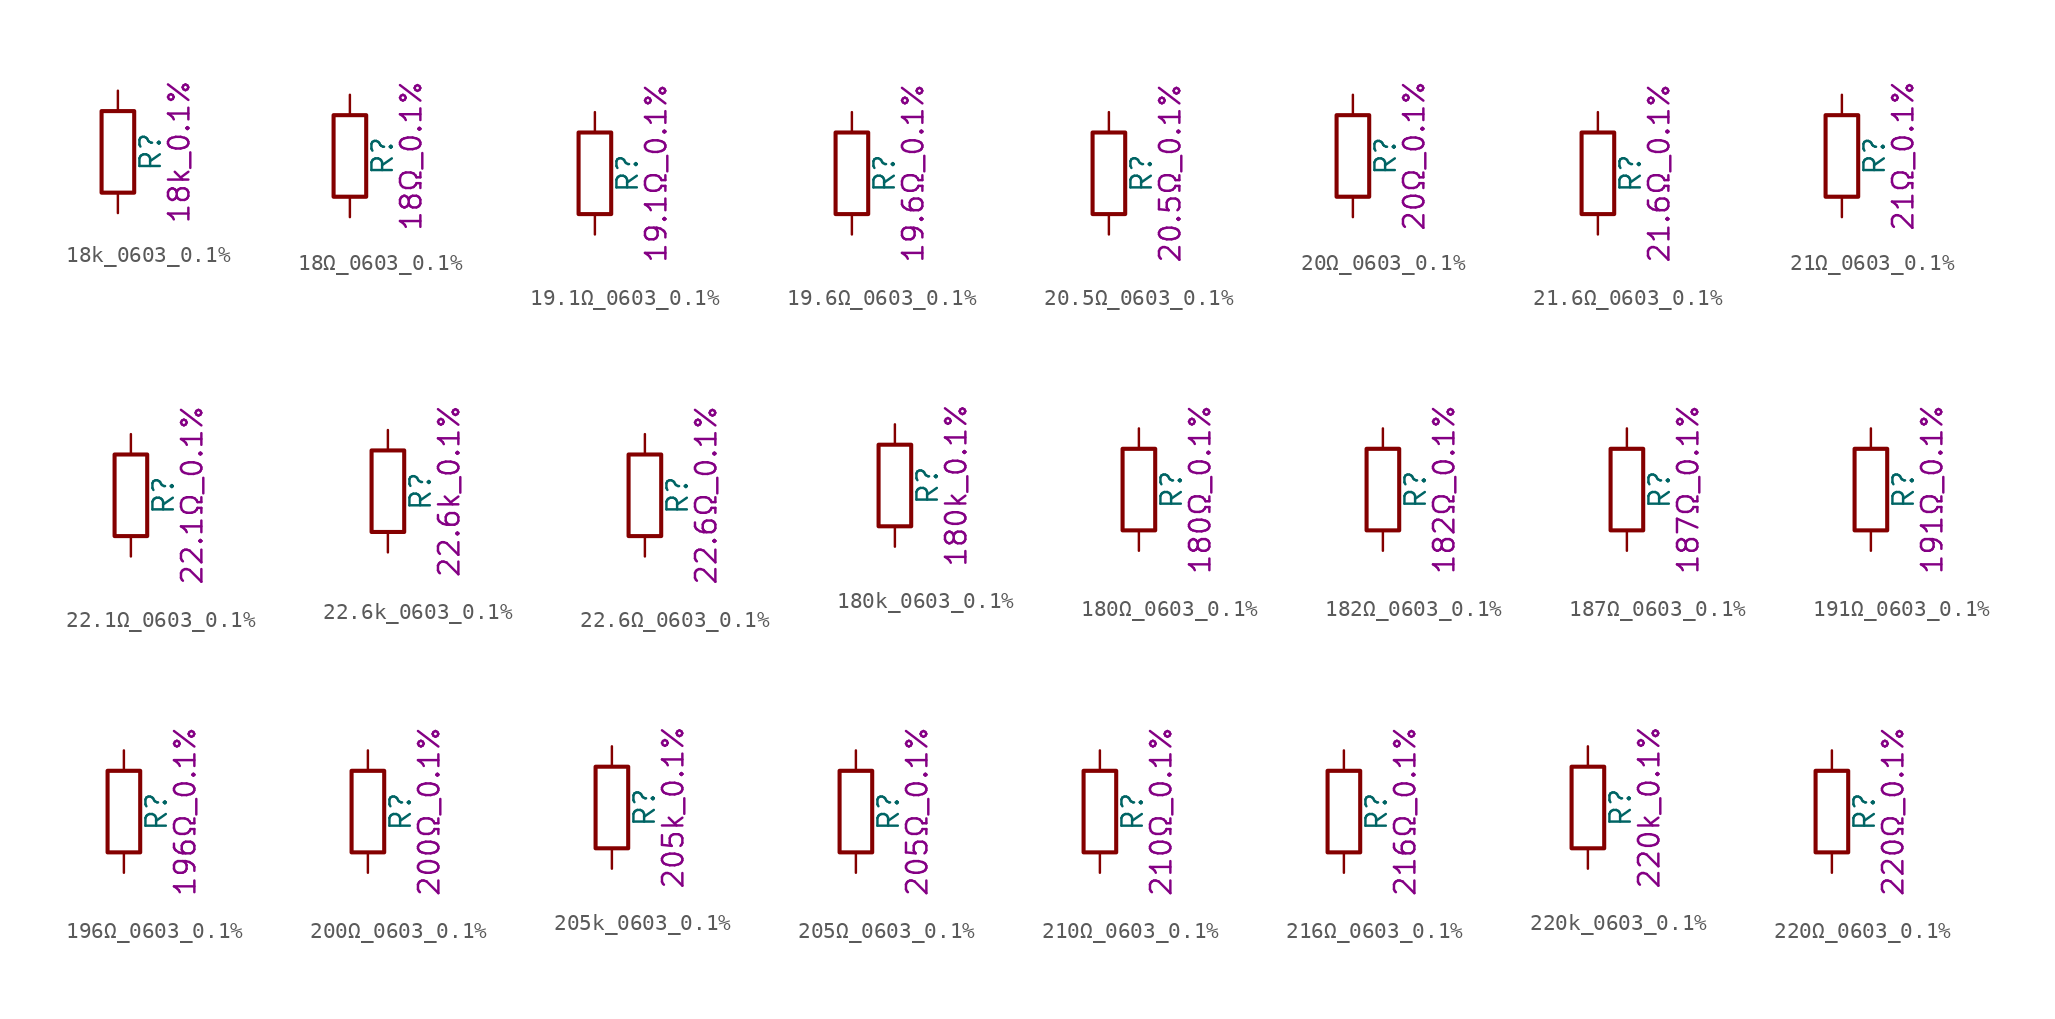
<source format=kicad_sym>
(kicad_symbol_lib
  (version 20211014)
  (generator kicad_symbol_editor)
  (symbol "18k_0603_0.1%"
    (pin_numbers hide)
    (pin_names
      (offset 0))
    (property "Reference" "R"
      (at 2.032 0 90)
      (effects (font (size 1.27 1.27))))
    (property "Display" "18k_0.1%"
      (at 3.81 0 90)
      (effects (font (size 1.27 1.27))))
    (symbol "18k_0603_0.1%_0_1"
      (rectangle (start -1.016 -2.54) (end 1.016 2.54) (stroke (width 0.254) (type default) (color 0 0 0 0)) (fill (type none))))
    (symbol "18k_0603_0.1%_1_1"
      (pin passive line (at 0 3.81 270) (length 1.27) (name "~" (effects (font (size 1.27 1.27)))) (number "1" (effects (font (size 1.27 1.27)))))
      (pin passive line (at 0 -3.81 90) (length 1.27) (name "~" (effects (font (size 1.27 1.27)))) (number "2" (effects (font (size 1.27 1.27)))))))
  (symbol "18Ω_0603_0.1%"
    (pin_numbers hide)
    (pin_names
      (offset 0))
    (property "Reference" "R"
      (at 2.032 0 90)
      (effects (font (size 1.27 1.27))))
    (property "Display" "18Ω_0.1%"
      (at 3.81 0 90)
      (effects (font (size 1.27 1.27))))
    (symbol "18Ω_0603_0.1%_0_1"
      (rectangle (start -1.016 -2.54) (end 1.016 2.54) (stroke (width 0.254) (type default) (color 0 0 0 0)) (fill (type none))))
    (symbol "18Ω_0603_0.1%_1_1"
      (pin passive line (at 0 3.81 270) (length 1.27) (name "~" (effects (font (size 1.27 1.27)))) (number "1" (effects (font (size 1.27 1.27)))))
      (pin passive line (at 0 -3.81 90) (length 1.27) (name "~" (effects (font (size 1.27 1.27)))) (number "2" (effects (font (size 1.27 1.27)))))))
  (symbol "19.1Ω_0603_0.1%"
    (pin_numbers hide)
    (pin_names
      (offset 0))
    (property "Reference" "R"
      (at 2.032 0 90)
      (effects (font (size 1.27 1.27))))
    (property "Display" "19.1Ω_0.1%"
      (at 3.81 0 90)
      (effects (font (size 1.27 1.27))))
    (symbol "19.1Ω_0603_0.1%_0_1"
      (rectangle (start -1.016 -2.54) (end 1.016 2.54) (stroke (width 0.254) (type default) (color 0 0 0 0)) (fill (type none))))
    (symbol "19.1Ω_0603_0.1%_1_1"
      (pin passive line (at 0 3.81 270) (length 1.27) (name "~" (effects (font (size 1.27 1.27)))) (number "1" (effects (font (size 1.27 1.27)))))
      (pin passive line (at 0 -3.81 90) (length 1.27) (name "~" (effects (font (size 1.27 1.27)))) (number "2" (effects (font (size 1.27 1.27)))))))
  (symbol "19.6Ω_0603_0.1%"
    (pin_numbers hide)
    (pin_names
      (offset 0))
    (property "Reference" "R"
      (at 2.032 0 90)
      (effects (font (size 1.27 1.27))))
    (property "Display" "19.6Ω_0.1%"
      (at 3.81 0 90)
      (effects (font (size 1.27 1.27))))
    (symbol "19.6Ω_0603_0.1%_0_1"
      (rectangle (start -1.016 -2.54) (end 1.016 2.54) (stroke (width 0.254) (type default) (color 0 0 0 0)) (fill (type none))))
    (symbol "19.6Ω_0603_0.1%_1_1"
      (pin passive line (at 0 3.81 270) (length 1.27) (name "~" (effects (font (size 1.27 1.27)))) (number "1" (effects (font (size 1.27 1.27)))))
      (pin passive line (at 0 -3.81 90) (length 1.27) (name "~" (effects (font (size 1.27 1.27)))) (number "2" (effects (font (size 1.27 1.27)))))))
  (symbol "20.5Ω_0603_0.1%"
    (pin_numbers hide)
    (pin_names
      (offset 0))
    (property "Reference" "R"
      (at 2.032 0 90)
      (effects (font (size 1.27 1.27))))
    (property "Display" "20.5Ω_0.1%"
      (at 3.81 0 90)
      (effects (font (size 1.27 1.27))))
    (symbol "20.5Ω_0603_0.1%_0_1"
      (rectangle (start -1.016 -2.54) (end 1.016 2.54) (stroke (width 0.254) (type default) (color 0 0 0 0)) (fill (type none))))
    (symbol "20.5Ω_0603_0.1%_1_1"
      (pin passive line (at 0 3.81 270) (length 1.27) (name "~" (effects (font (size 1.27 1.27)))) (number "1" (effects (font (size 1.27 1.27)))))
      (pin passive line (at 0 -3.81 90) (length 1.27) (name "~" (effects (font (size 1.27 1.27)))) (number "2" (effects (font (size 1.27 1.27)))))))
  (symbol "20Ω_0603_0.1%"
    (pin_numbers hide)
    (pin_names
      (offset 0))
    (property "Reference" "R"
      (at 2.032 0 90)
      (effects (font (size 1.27 1.27))))
    (property "Display" "20Ω_0.1%"
      (at 3.81 0 90)
      (effects (font (size 1.27 1.27))))
    (symbol "20Ω_0603_0.1%_0_1"
      (rectangle (start -1.016 -2.54) (end 1.016 2.54) (stroke (width 0.254) (type default) (color 0 0 0 0)) (fill (type none))))
    (symbol "20Ω_0603_0.1%_1_1"
      (pin passive line (at 0 3.81 270) (length 1.27) (name "~" (effects (font (size 1.27 1.27)))) (number "1" (effects (font (size 1.27 1.27)))))
      (pin passive line (at 0 -3.81 90) (length 1.27) (name "~" (effects (font (size 1.27 1.27)))) (number "2" (effects (font (size 1.27 1.27)))))))
  (symbol "21.6Ω_0603_0.1%"
    (pin_numbers hide)
    (pin_names
      (offset 0))
    (property "Reference" "R"
      (at 2.032 0 90)
      (effects (font (size 1.27 1.27))))
    (property "Display" "21.6Ω_0.1%"
      (at 3.81 0 90)
      (effects (font (size 1.27 1.27))))
    (symbol "21.6Ω_0603_0.1%_0_1"
      (rectangle (start -1.016 -2.54) (end 1.016 2.54) (stroke (width 0.254) (type default) (color 0 0 0 0)) (fill (type none))))
    (symbol "21.6Ω_0603_0.1%_1_1"
      (pin passive line (at 0 3.81 270) (length 1.27) (name "~" (effects (font (size 1.27 1.27)))) (number "1" (effects (font (size 1.27 1.27)))))
      (pin passive line (at 0 -3.81 90) (length 1.27) (name "~" (effects (font (size 1.27 1.27)))) (number "2" (effects (font (size 1.27 1.27)))))))
  (symbol "21Ω_0603_0.1%"
    (pin_numbers hide)
    (pin_names
      (offset 0))
    (property "Reference" "R"
      (at 2.032 0 90)
      (effects (font (size 1.27 1.27))))
    (property "Display" "21Ω_0.1%"
      (at 3.81 0 90)
      (effects (font (size 1.27 1.27))))
    (symbol "21Ω_0603_0.1%_0_1"
      (rectangle (start -1.016 -2.54) (end 1.016 2.54) (stroke (width 0.254) (type default) (color 0 0 0 0)) (fill (type none))))
    (symbol "21Ω_0603_0.1%_1_1"
      (pin passive line (at 0 3.81 270) (length 1.27) (name "~" (effects (font (size 1.27 1.27)))) (number "1" (effects (font (size 1.27 1.27)))))
      (pin passive line (at 0 -3.81 90) (length 1.27) (name "~" (effects (font (size 1.27 1.27)))) (number "2" (effects (font (size 1.27 1.27)))))))
  (symbol "22.1Ω_0603_0.1%"
    (pin_numbers hide)
    (pin_names
      (offset 0))
    (property "Reference" "R"
      (at 2.032 0 90)
      (effects (font (size 1.27 1.27))))
    (property "Display" "22.1Ω_0.1%"
      (at 3.81 0 90)
      (effects (font (size 1.27 1.27))))
    (symbol "22.1Ω_0603_0.1%_0_1"
      (rectangle (start -1.016 -2.54) (end 1.016 2.54) (stroke (width 0.254) (type default) (color 0 0 0 0)) (fill (type none))))
    (symbol "22.1Ω_0603_0.1%_1_1"
      (pin passive line (at 0 3.81 270) (length 1.27) (name "~" (effects (font (size 1.27 1.27)))) (number "1" (effects (font (size 1.27 1.27)))))
      (pin passive line (at 0 -3.81 90) (length 1.27) (name "~" (effects (font (size 1.27 1.27)))) (number "2" (effects (font (size 1.27 1.27)))))))
  (symbol "22.6k_0603_0.1%"
    (pin_numbers hide)
    (pin_names
      (offset 0))
    (property "Reference" "R"
      (at 2.032 0 90)
      (effects (font (size 1.27 1.27))))
    (property "Display" "22.6k_0.1%"
      (at 3.81 0 90)
      (effects (font (size 1.27 1.27))))
    (symbol "22.6k_0603_0.1%_0_1"
      (rectangle (start -1.016 -2.54) (end 1.016 2.54) (stroke (width 0.254) (type default) (color 0 0 0 0)) (fill (type none))))
    (symbol "22.6k_0603_0.1%_1_1"
      (pin passive line (at 0 3.81 270) (length 1.27) (name "~" (effects (font (size 1.27 1.27)))) (number "1" (effects (font (size 1.27 1.27)))))
      (pin passive line (at 0 -3.81 90) (length 1.27) (name "~" (effects (font (size 1.27 1.27)))) (number "2" (effects (font (size 1.27 1.27)))))))
  (symbol "22.6Ω_0603_0.1%"
    (pin_numbers hide)
    (pin_names
      (offset 0))
    (property "Reference" "R"
      (at 2.032 0 90)
      (effects (font (size 1.27 1.27))))
    (property "Display" "22.6Ω_0.1%"
      (at 3.81 0 90)
      (effects (font (size 1.27 1.27))))
    (symbol "22.6Ω_0603_0.1%_0_1"
      (rectangle (start -1.016 -2.54) (end 1.016 2.54) (stroke (width 0.254) (type default) (color 0 0 0 0)) (fill (type none))))
    (symbol "22.6Ω_0603_0.1%_1_1"
      (pin passive line (at 0 3.81 270) (length 1.27) (name "~" (effects (font (size 1.27 1.27)))) (number "1" (effects (font (size 1.27 1.27)))))
      (pin passive line (at 0 -3.81 90) (length 1.27) (name "~" (effects (font (size 1.27 1.27)))) (number "2" (effects (font (size 1.27 1.27)))))))
  (symbol "180k_0603_0.1%"
    (pin_numbers hide)
    (pin_names
      (offset 0))
    (property "Reference" "R"
      (at 2.032 0 90)
      (effects (font (size 1.27 1.27))))
    (property "Display" "180k_0.1%"
      (at 3.81 0 90)
      (effects (font (size 1.27 1.27))))
    (symbol "180k_0603_0.1%_0_1"
      (rectangle (start -1.016 -2.54) (end 1.016 2.54) (stroke (width 0.254) (type default) (color 0 0 0 0)) (fill (type none))))
    (symbol "180k_0603_0.1%_1_1"
      (pin passive line (at 0 3.81 270) (length 1.27) (name "~" (effects (font (size 1.27 1.27)))) (number "1" (effects (font (size 1.27 1.27)))))
      (pin passive line (at 0 -3.81 90) (length 1.27) (name "~" (effects (font (size 1.27 1.27)))) (number "2" (effects (font (size 1.27 1.27)))))))
  (symbol "180Ω_0603_0.1%"
    (pin_numbers hide)
    (pin_names
      (offset 0))
    (property "Reference" "R"
      (at 2.032 0 90)
      (effects (font (size 1.27 1.27))))
    (property "Display" "180Ω_0.1%"
      (at 3.81 0 90)
      (effects (font (size 1.27 1.27))))
    (symbol "180Ω_0603_0.1%_0_1"
      (rectangle (start -1.016 -2.54) (end 1.016 2.54) (stroke (width 0.254) (type default) (color 0 0 0 0)) (fill (type none))))
    (symbol "180Ω_0603_0.1%_1_1"
      (pin passive line (at 0 3.81 270) (length 1.27) (name "~" (effects (font (size 1.27 1.27)))) (number "1" (effects (font (size 1.27 1.27)))))
      (pin passive line (at 0 -3.81 90) (length 1.27) (name "~" (effects (font (size 1.27 1.27)))) (number "2" (effects (font (size 1.27 1.27)))))))
  (symbol "182Ω_0603_0.1%"
    (pin_numbers hide)
    (pin_names
      (offset 0))
    (property "Reference" "R"
      (at 2.032 0 90)
      (effects (font (size 1.27 1.27))))
    (property "Display" "182Ω_0.1%"
      (at 3.81 0 90)
      (effects (font (size 1.27 1.27))))
    (symbol "182Ω_0603_0.1%_0_1"
      (rectangle (start -1.016 -2.54) (end 1.016 2.54) (stroke (width 0.254) (type default) (color 0 0 0 0)) (fill (type none))))
    (symbol "182Ω_0603_0.1%_1_1"
      (pin passive line (at 0 3.81 270) (length 1.27) (name "~" (effects (font (size 1.27 1.27)))) (number "1" (effects (font (size 1.27 1.27)))))
      (pin passive line (at 0 -3.81 90) (length 1.27) (name "~" (effects (font (size 1.27 1.27)))) (number "2" (effects (font (size 1.27 1.27)))))))
  (symbol "187Ω_0603_0.1%"
    (pin_numbers hide)
    (pin_names
      (offset 0))
    (property "Reference" "R"
      (at 2.032 0 90)
      (effects (font (size 1.27 1.27))))
    (property "Display" "187Ω_0.1%"
      (at 3.81 0 90)
      (effects (font (size 1.27 1.27))))
    (symbol "187Ω_0603_0.1%_0_1"
      (rectangle (start -1.016 -2.54) (end 1.016 2.54) (stroke (width 0.254) (type default) (color 0 0 0 0)) (fill (type none))))
    (symbol "187Ω_0603_0.1%_1_1"
      (pin passive line (at 0 3.81 270) (length 1.27) (name "~" (effects (font (size 1.27 1.27)))) (number "1" (effects (font (size 1.27 1.27)))))
      (pin passive line (at 0 -3.81 90) (length 1.27) (name "~" (effects (font (size 1.27 1.27)))) (number "2" (effects (font (size 1.27 1.27)))))))
  (symbol "191Ω_0603_0.1%"
    (pin_numbers hide)
    (pin_names
      (offset 0))
    (property "Reference" "R"
      (at 2.032 0 90)
      (effects (font (size 1.27 1.27))))
    (property "Display" "191Ω_0.1%"
      (at 3.81 0 90)
      (effects (font (size 1.27 1.27))))
    (symbol "191Ω_0603_0.1%_0_1"
      (rectangle (start -1.016 -2.54) (end 1.016 2.54) (stroke (width 0.254) (type default) (color 0 0 0 0)) (fill (type none))))
    (symbol "191Ω_0603_0.1%_1_1"
      (pin passive line (at 0 3.81 270) (length 1.27) (name "~" (effects (font (size 1.27 1.27)))) (number "1" (effects (font (size 1.27 1.27)))))
      (pin passive line (at 0 -3.81 90) (length 1.27) (name "~" (effects (font (size 1.27 1.27)))) (number "2" (effects (font (size 1.27 1.27)))))))
  (symbol "196Ω_0603_0.1%"
    (pin_numbers hide)
    (pin_names
      (offset 0))
    (property "Reference" "R"
      (at 2.032 0 90)
      (effects (font (size 1.27 1.27))))
    (property "Display" "196Ω_0.1%"
      (at 3.81 0 90)
      (effects (font (size 1.27 1.27))))
    (symbol "196Ω_0603_0.1%_0_1"
      (rectangle (start -1.016 -2.54) (end 1.016 2.54) (stroke (width 0.254) (type default) (color 0 0 0 0)) (fill (type none))))
    (symbol "196Ω_0603_0.1%_1_1"
      (pin passive line (at 0 3.81 270) (length 1.27) (name "~" (effects (font (size 1.27 1.27)))) (number "1" (effects (font (size 1.27 1.27)))))
      (pin passive line (at 0 -3.81 90) (length 1.27) (name "~" (effects (font (size 1.27 1.27)))) (number "2" (effects (font (size 1.27 1.27)))))))
  (symbol "200Ω_0603_0.1%"
    (pin_numbers hide)
    (pin_names
      (offset 0))
    (property "Reference" "R"
      (at 2.032 0 90)
      (effects (font (size 1.27 1.27))))
    (property "Display" "200Ω_0.1%"
      (at 3.81 0 90)
      (effects (font (size 1.27 1.27))))
    (symbol "200Ω_0603_0.1%_0_1"
      (rectangle (start -1.016 -2.54) (end 1.016 2.54) (stroke (width 0.254) (type default) (color 0 0 0 0)) (fill (type none))))
    (symbol "200Ω_0603_0.1%_1_1"
      (pin passive line (at 0 3.81 270) (length 1.27) (name "~" (effects (font (size 1.27 1.27)))) (number "1" (effects (font (size 1.27 1.27)))))
      (pin passive line (at 0 -3.81 90) (length 1.27) (name "~" (effects (font (size 1.27 1.27)))) (number "2" (effects (font (size 1.27 1.27)))))))
  (symbol "205k_0603_0.1%"
    (pin_numbers hide)
    (pin_names
      (offset 0))
    (property "Reference" "R"
      (at 2.032 0 90)
      (effects (font (size 1.27 1.27))))
    (property "Display" "205k_0.1%"
      (at 3.81 0 90)
      (effects (font (size 1.27 1.27))))
    (symbol "205k_0603_0.1%_0_1"
      (rectangle (start -1.016 -2.54) (end 1.016 2.54) (stroke (width 0.254) (type default) (color 0 0 0 0)) (fill (type none))))
    (symbol "205k_0603_0.1%_1_1"
      (pin passive line (at 0 3.81 270) (length 1.27) (name "~" (effects (font (size 1.27 1.27)))) (number "1" (effects (font (size 1.27 1.27)))))
      (pin passive line (at 0 -3.81 90) (length 1.27) (name "~" (effects (font (size 1.27 1.27)))) (number "2" (effects (font (size 1.27 1.27)))))))
  (symbol "205Ω_0603_0.1%"
    (pin_numbers hide)
    (pin_names
      (offset 0))
    (property "Reference" "R"
      (at 2.032 0 90)
      (effects (font (size 1.27 1.27))))
    (property "Display" "205Ω_0.1%"
      (at 3.81 0 90)
      (effects (font (size 1.27 1.27))))
    (symbol "205Ω_0603_0.1%_0_1"
      (rectangle (start -1.016 -2.54) (end 1.016 2.54) (stroke (width 0.254) (type default) (color 0 0 0 0)) (fill (type none))))
    (symbol "205Ω_0603_0.1%_1_1"
      (pin passive line (at 0 3.81 270) (length 1.27) (name "~" (effects (font (size 1.27 1.27)))) (number "1" (effects (font (size 1.27 1.27)))))
      (pin passive line (at 0 -3.81 90) (length 1.27) (name "~" (effects (font (size 1.27 1.27)))) (number "2" (effects (font (size 1.27 1.27)))))))
  (symbol "210Ω_0603_0.1%"
    (pin_numbers hide)
    (pin_names
      (offset 0))
    (property "Reference" "R"
      (at 2.032 0 90)
      (effects (font (size 1.27 1.27))))
    (property "Display" "210Ω_0.1%"
      (at 3.81 0 90)
      (effects (font (size 1.27 1.27))))
    (symbol "210Ω_0603_0.1%_0_1"
      (rectangle (start -1.016 -2.54) (end 1.016 2.54) (stroke (width 0.254) (type default) (color 0 0 0 0)) (fill (type none))))
    (symbol "210Ω_0603_0.1%_1_1"
      (pin passive line (at 0 3.81 270) (length 1.27) (name "~" (effects (font (size 1.27 1.27)))) (number "1" (effects (font (size 1.27 1.27)))))
      (pin passive line (at 0 -3.81 90) (length 1.27) (name "~" (effects (font (size 1.27 1.27)))) (number "2" (effects (font (size 1.27 1.27)))))))
  (symbol "216Ω_0603_0.1%"
    (pin_numbers hide)
    (pin_names
      (offset 0))
    (property "Reference" "R"
      (at 2.032 0 90)
      (effects (font (size 1.27 1.27))))
    (property "Display" "216Ω_0.1%"
      (at 3.81 0 90)
      (effects (font (size 1.27 1.27))))
    (symbol "216Ω_0603_0.1%_0_1"
      (rectangle (start -1.016 -2.54) (end 1.016 2.54) (stroke (width 0.254) (type default) (color 0 0 0 0)) (fill (type none))))
    (symbol "216Ω_0603_0.1%_1_1"
      (pin passive line (at 0 3.81 270) (length 1.27) (name "~" (effects (font (size 1.27 1.27)))) (number "1" (effects (font (size 1.27 1.27)))))
      (pin passive line (at 0 -3.81 90) (length 1.27) (name "~" (effects (font (size 1.27 1.27)))) (number "2" (effects (font (size 1.27 1.27)))))))
  (symbol "220k_0603_0.1%"
    (pin_numbers hide)
    (pin_names
      (offset 0))
    (property "Reference" "R"
      (at 2.032 0 90)
      (effects (font (size 1.27 1.27))))
    (property "Display" "220k_0.1%"
      (at 3.81 0 90)
      (effects (font (size 1.27 1.27))))
    (symbol "220k_0603_0.1%_0_1"
      (rectangle (start -1.016 -2.54) (end 1.016 2.54) (stroke (width 0.254) (type default) (color 0 0 0 0)) (fill (type none))))
    (symbol "220k_0603_0.1%_1_1"
      (pin passive line (at 0 3.81 270) (length 1.27) (name "~" (effects (font (size 1.27 1.27)))) (number "1" (effects (font (size 1.27 1.27)))))
      (pin passive line (at 0 -3.81 90) (length 1.27) (name "~" (effects (font (size 1.27 1.27)))) (number "2" (effects (font (size 1.27 1.27)))))))
  (symbol "220Ω_0603_0.1%"
    (pin_numbers hide)
    (pin_names
      (offset 0))
    (property "Reference" "R"
      (at 2.032 0 90)
      (effects (font (size 1.27 1.27))))
    (property "Display" "220Ω_0.1%"
      (at 3.81 0 90)
      (effects (font (size 1.27 1.27))))
    (symbol "220Ω_0603_0.1%_0_1"
      (rectangle (start -1.016 -2.54) (end 1.016 2.54) (stroke (width 0.254) (type default) (color 0 0 0 0)) (fill (type none))))
    (symbol "220Ω_0603_0.1%_1_1"
      (pin passive line (at 0 3.81 270) (length 1.27) (name "~" (effects (font (size 1.27 1.27)))) (number "1" (effects (font (size 1.27 1.27)))))
      (pin passive line (at 0 -3.81 90) (length 1.27) (name "~" (effects (font (size 1.27 1.27)))) (number "2" (effects (font (size 1.27 1.27))))))))
</source>
